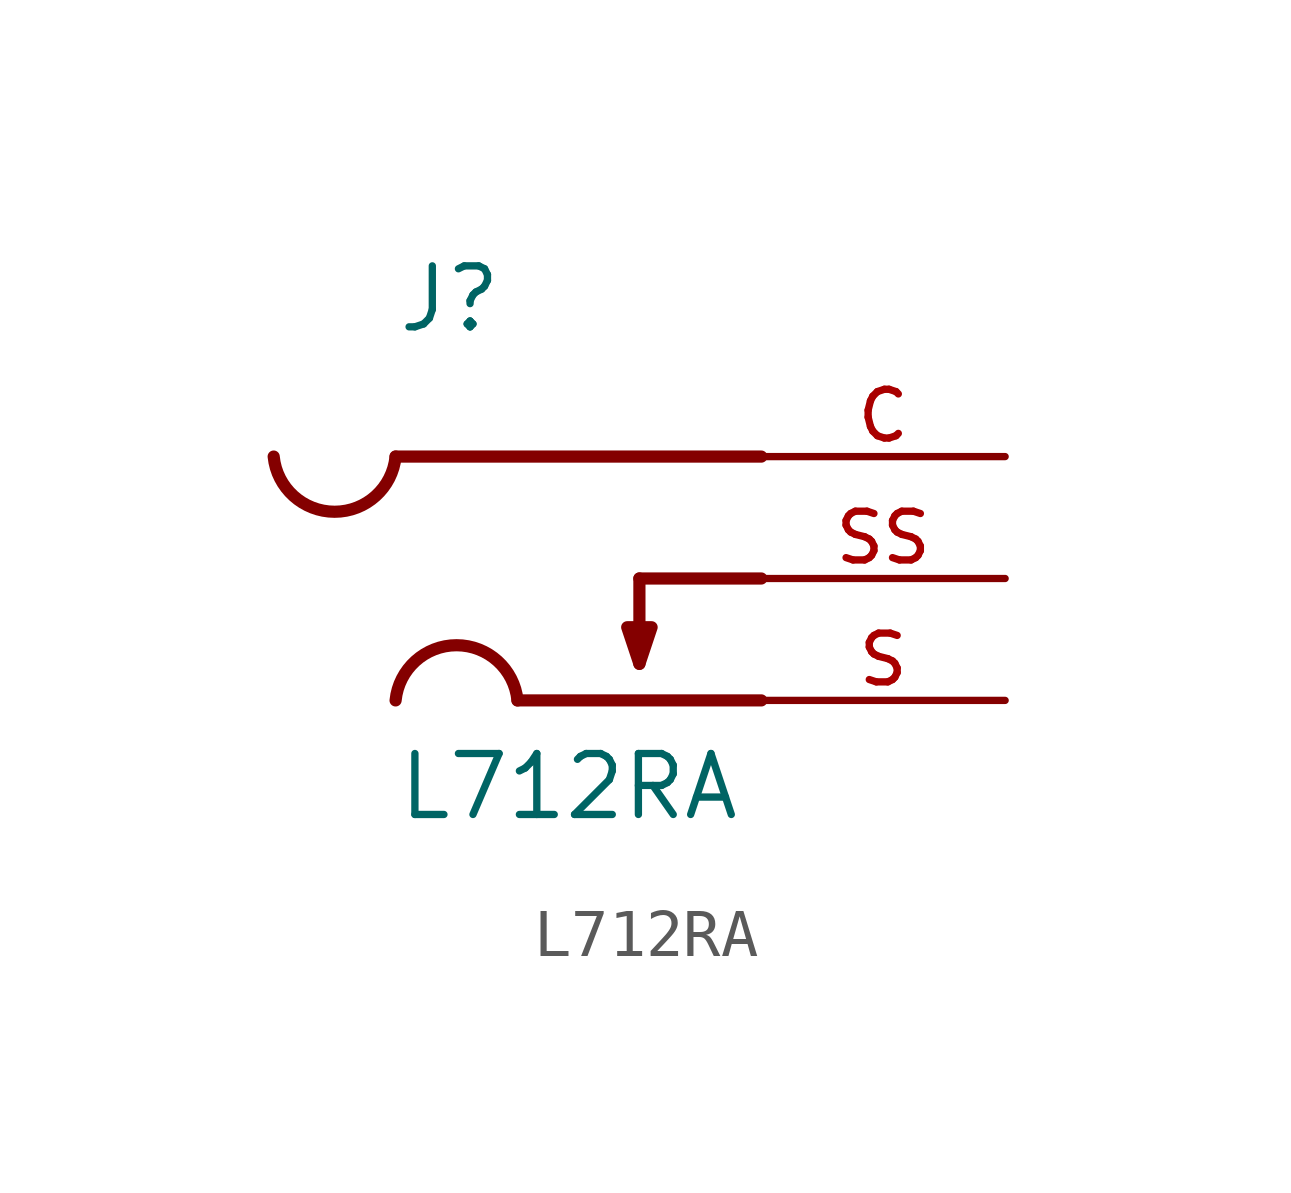
<source format=kicad_sym>
(kicad_symbol_lib
  (version 20211014)
  (generator kicad_symbol_editor)
  (symbol "L712RA"
    (pin_names
      (offset 1.016) hide)
    (property "Reference" "J"
      (at -5.08 5.08 0)
      (effects (font (size 1.27 1.27)) (justify left bottom)))
    (property "Value" "L712RA"
      (at -5.08 -5.08 0)
      (effects (font (size 1.27 1.27)) (justify left bottom)))
    (property "ki_locked" ""
      (at 0 0 0)
      (effects (font (size 1.27 1.27))))
    (symbol "L712RA_0_0"
      (arc (start -7.62 2.54) (mid -6.35 1.1367) (end -5.08 2.54) (stroke (width 0.254) (type default) (color 0 0 0 0)) (fill (type none)))
      (arc (start -2.54 -2.54) (mid -3.81 -1.1367) (end -5.08 -2.54) (stroke (width 0.254) (type default) (color 0 0 0 0)) (fill (type none)))
      (polyline (pts (xy -5.08 2.54) (xy 2.54 2.54)) (stroke (width 0.254) (type default) (color 0 0 0 0)) (fill (type none)))
      (polyline (pts (xy -2.54 -2.54) (xy 2.54 -2.54)) (stroke (width 0.254) (type default) (color 0 0 0 0)) (fill (type none)))
      (polyline (pts (xy 0 0) (xy 0 -1.778)) (stroke (width 0.254) (type default) (color 0 0 0 0)) (fill (type none)))
      (polyline (pts (xy 0 0) (xy 2.54 0)) (stroke (width 0.254) (type default) (color 0 0 0 0)) (fill (type none)))
      (polyline (pts (xy 0 -1.778) (xy -0.254 -1.016) (xy 0.254 -1.016) (xy 0 -1.778)) (stroke (width 0.254) (type default) (color 0 0 0 0)) (fill (type background)))
      (pin passive line (at 7.62 2.54 180) (length 5.08) (name "~" (effects (font (size 1.016 1.016)))) (number "C" (effects (font (size 1.016 1.016)))))
      (pin passive line (at 7.62 -2.54 180) (length 5.08) (name "~" (effects (font (size 1.016 1.016)))) (number "S" (effects (font (size 1.016 1.016)))))
      (pin passive line (at 7.62 0 180) (length 5.08) (name "~" (effects (font (size 1.016 1.016)))) (number "SS" (effects (font (size 1.016 1.016))))))))
</source>
